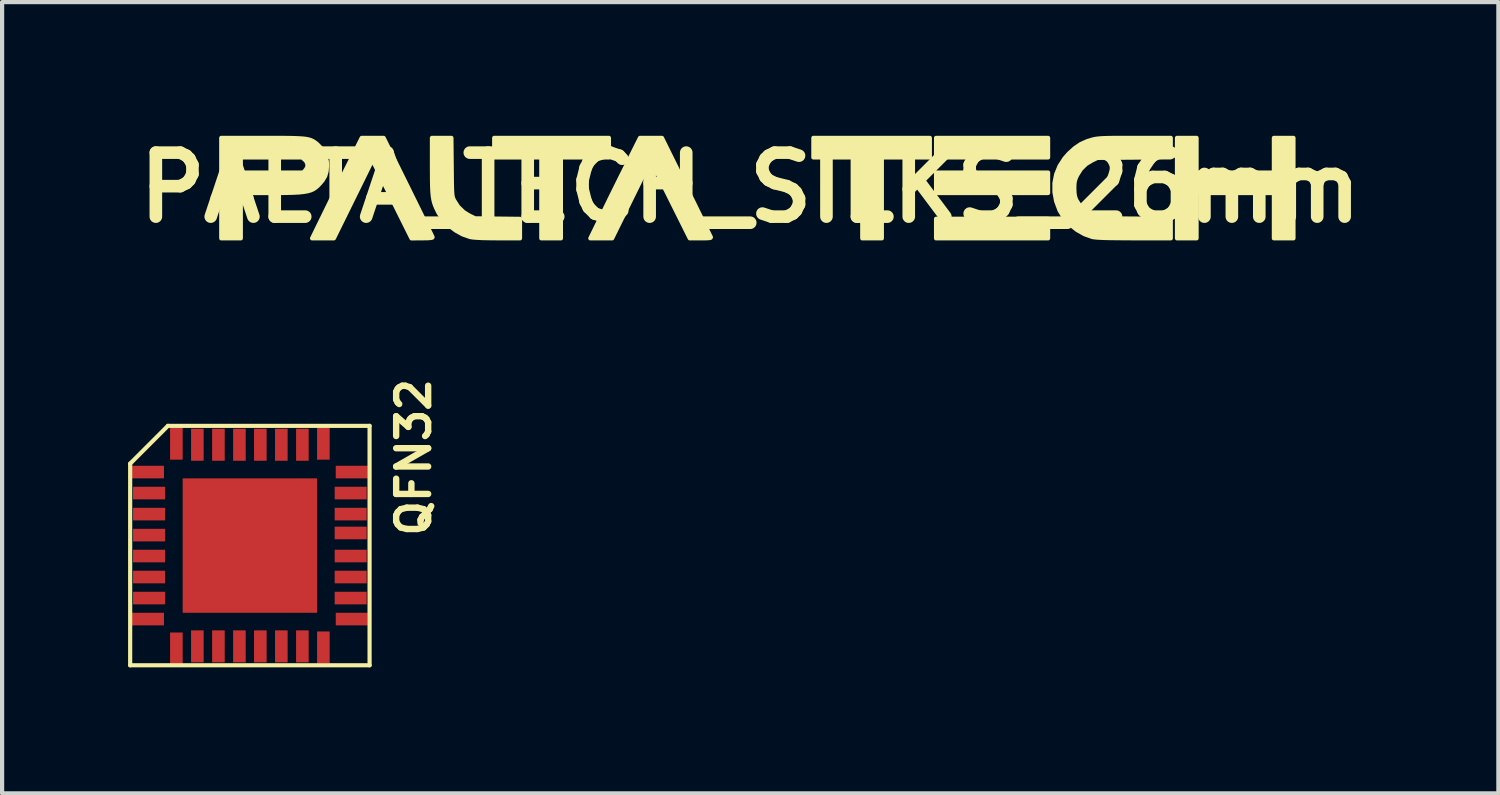
<source format=kicad_pcb>
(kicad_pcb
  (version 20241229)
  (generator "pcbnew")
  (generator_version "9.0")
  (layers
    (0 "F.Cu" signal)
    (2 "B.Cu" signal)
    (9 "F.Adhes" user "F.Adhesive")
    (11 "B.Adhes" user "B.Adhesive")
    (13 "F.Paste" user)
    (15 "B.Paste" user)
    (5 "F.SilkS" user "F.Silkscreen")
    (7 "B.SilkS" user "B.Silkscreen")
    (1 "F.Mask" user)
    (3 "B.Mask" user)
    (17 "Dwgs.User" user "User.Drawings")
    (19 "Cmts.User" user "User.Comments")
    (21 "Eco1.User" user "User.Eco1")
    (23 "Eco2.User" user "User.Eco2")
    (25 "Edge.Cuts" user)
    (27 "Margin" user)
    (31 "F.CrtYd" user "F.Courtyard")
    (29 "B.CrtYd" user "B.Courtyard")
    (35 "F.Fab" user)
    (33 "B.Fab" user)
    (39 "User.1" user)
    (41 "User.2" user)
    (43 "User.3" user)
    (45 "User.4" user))
  (footprint "PALTA_TECH_SILKS_26mm"
    (layer "F.Cu")
    (at 14.812 1.418)
    (property "Reference" "PALTA_TECH_SILKS_26mm" (at 0 0 0) (layer "F.SilkS") (effects (font (size 1.524 1.524) (thickness 0.3))))
    (attr through_hole)
    (fp_poly (pts (xy 7.091 -0.72) (xy 5.757 -0.72) (xy 4.424 -0.72) (xy 4.424 -0.953) (xy 4.424 -1.185) (xy 5.757 -1.185) (xy 7.091 -1.185) (xy 7.091 -0.953) (xy 7.091 -0.72)) (stroke (width 0.1) (type solid)) (fill yes) (layer "F.SilkS"))
    (fp_poly (pts (xy 7.091 0.127) (xy 5.757 0.127) (xy 4.424 0.127) (xy 4.424 -0.116) (xy 4.424 -0.36) (xy 5.757 -0.36) (xy 7.091 -0.36) (xy 7.091 -0.116) (xy 7.091 0.127)) (stroke (width 0.1) (type solid)) (fill yes) (layer "F.SilkS"))
    (fp_poly (pts (xy 7.091 1.206) (xy 5.757 1.206) (xy 4.424 1.206) (xy 4.424 0.974) (xy 4.424 0.741) (xy 5.757 0.741) (xy 7.091 0.741) (xy 7.091 0.974) (xy 7.091 1.206)) (stroke (width 0.1) (type solid)) (fill yes) (layer "F.SilkS"))
    (fp_poly (pts (xy -3.365 -0.72) (xy -3.937 -0.72) (xy -4.508 -0.72) (xy -4.508 0.243) (xy -4.508 1.206) (xy -4.741 1.206) (xy -4.974 1.206) (xy -4.974 0.243) (xy -4.974 -0.72) (xy -5.535 -0.72) (xy -6.096 -0.72) (xy -6.096 -0.953) (xy -6.096 -1.185) (xy -4.731 -1.185) (xy -3.365 -1.185) (xy -3.365 -0.953) (xy -3.365 -0.72)) (stroke (width 0.1) (type solid)) (fill yes) (layer "F.SilkS"))
    (fp_poly (pts (xy 4.276 -0.72) (xy 3.704 -0.72) (xy 3.133 -0.72) (xy 3.133 0.243) (xy 3.133 1.206) (xy 2.9 1.206) (xy 2.667 1.206) (xy 2.667 0.243) (xy 2.667 -0.72) (xy 2.085 -0.72) (xy 1.503 -0.72) (xy 1.503 -0.953) (xy 1.503 -1.185) (xy 2.889 -1.185) (xy 4.276 -1.185) (xy 4.276 -0.953) (xy 4.276 -0.72)) (stroke (width 0.1) (type solid)) (fill yes) (layer "F.SilkS"))
    (fp_poly (pts (xy 12.933 1.206) (xy 12.7 1.206) (xy 12.467 1.206) (xy 12.467 0.667) (xy 12.467 0.127) (xy 11.546 0.127) (xy 10.626 0.127) (xy 10.626 0.667) (xy 10.626 1.206) (xy 10.393 1.206) (xy 10.16 1.206) (xy 10.16 0.011) (xy 10.16 -1.185) (xy 10.393 -1.185) (xy 10.626 -1.185) (xy 10.626 -0.773) (xy 10.626 -0.36) (xy 11.546 -0.36) (xy 12.467 -0.36) (xy 12.467 -0.773) (xy 12.467 -1.185) (xy 12.7 -1.185) (xy 12.933 -1.185) (xy 12.933 0.011) (xy 12.933 1.206)) (stroke (width 0.1) (type solid)) (fill yes) (layer "F.SilkS"))
    (fp_poly (pts (xy -7.563 1.178) (xy -7.571 1.19) (xy -7.609 1.198) (xy -7.681 1.203) (xy -7.79 1.205) (xy -7.809 1.205) (xy -8.065 1.207) (xy -8.53 0.274) (xy -8.995 -0.658) (xy -9.454 0.274) (xy -9.913 1.206) (xy -10.173 1.206) (xy -10.432 1.206) (xy -10.14 0.609) (xy -10.048 0.421) (xy -9.944 0.208) (xy -9.833 -0.016) (xy -9.723 -0.239) (xy -9.619 -0.447) (xy -9.549 -0.587) (xy -9.25 -1.185) (xy -8.989 -1.185) (xy -8.728 -1.185) (xy -8.15 -0.016) (xy -8.048 0.192) (xy -7.951 0.388) (xy -7.861 0.571) (xy -7.78 0.736) (xy -7.709 0.879) (xy -7.65 0.999) (xy -7.605 1.09) (xy -7.576 1.151) (xy -7.563 1.178) (xy -7.563 1.178)) (stroke (width 0.1) (type solid)) (fill yes) (layer "F.SilkS"))
    (fp_poly (pts (xy -0.937 1.18) (xy -0.943 1.192) (xy -0.973 1.2) (xy -1.033 1.204) (xy -1.129 1.206) (xy -1.183 1.206) (xy -1.44 1.206) (xy -1.905 0.274) (xy -2.37 -0.658) (xy -2.829 0.274) (xy -3.288 1.206) (xy -3.547 1.206) (xy -3.807 1.206) (xy -3.515 0.609) (xy -3.423 0.421) (xy -3.319 0.208) (xy -3.208 -0.016) (xy -3.098 -0.239) (xy -2.994 -0.447) (xy -2.924 -0.587) (xy -2.625 -1.185) (xy -2.363 -1.185) (xy -2.102 -1.185) (xy -1.525 -0.016) (xy -1.422 0.192) (xy -1.325 0.389) (xy -1.236 0.571) (xy -1.154 0.736) (xy -1.084 0.88) (xy -1.025 1) (xy -0.98 1.092) (xy -0.95 1.153) (xy -0.937 1.179) (xy -0.937 1.18)) (stroke (width 0.1) (type solid)) (fill yes) (layer "F.SilkS"))
    (fp_poly (pts (xy -5.482 1.206) (xy -6.017 1.205) (xy -6.213 1.203) (xy -6.372 1.2) (xy -6.496 1.194) (xy -6.59 1.187) (xy -6.659 1.177) (xy -6.675 1.173) (xy -6.846 1.113) (xy -7.014 1.02) (xy -7.171 0.901) (xy -7.307 0.763) (xy -7.413 0.614) (xy -7.44 0.563) (xy -7.476 0.488) (xy -7.505 0.419) (xy -7.528 0.352) (xy -7.545 0.281) (xy -7.558 0.2) (xy -7.567 0.104) (xy -7.573 -0.013) (xy -7.576 -0.157) (xy -7.577 -0.333) (xy -7.578 -0.512) (xy -7.578 -1.185) (xy -7.346 -1.185) (xy -7.115 -1.185) (xy -7.108 -0.492) (xy -7.106 -0.302) (xy -7.104 -0.15) (xy -7.102 -0.03) (xy -7.099 0.062) (xy -7.095 0.132) (xy -7.09 0.184) (xy -7.082 0.223) (xy -7.073 0.254) (xy -7.061 0.281) (xy -7.052 0.301) (xy -6.953 0.455) (xy -6.824 0.58) (xy -6.693 0.661) (xy -6.552 0.73) (xy -6.017 0.737) (xy -5.482 0.743) (xy -5.482 0.975) (xy -5.482 1.206)) (stroke (width 0.1) (type solid)) (fill yes) (layer "F.SilkS"))
    (fp_poly (pts (xy -10.076 -0.531) (xy -10.086 -0.394) (xy -10.118 -0.281) (xy -10.179 -0.176) (xy -10.247 -0.095) (xy -10.298 -0.042) (xy -10.349 0.001) (xy -10.403 0.037) (xy -10.466 0.065) (xy -10.541 0.086) (xy -10.541 0.086) (xy -10.541 -0.559) (xy -10.574 -0.632) (xy -10.606 -0.665) (xy -10.671 -0.72) (xy -11.4 -0.72) (xy -12.129 -0.72) (xy -12.129 -0.54) (xy -12.129 -0.36) (xy -11.387 -0.36) (xy -10.645 -0.36) (xy -10.593 -0.412) (xy -10.547 -0.483) (xy -10.541 -0.559) (xy -10.541 0.086) (xy -10.634 0.102) (xy -10.748 0.114) (xy -10.887 0.121) (xy -11.058 0.125) (xy -11.263 0.127) (xy -11.434 0.127) (xy -12.129 0.127) (xy -12.129 0.667) (xy -12.129 1.206) (xy -12.361 1.206) (xy -12.594 1.206) (xy -12.594 0.011) (xy -12.594 -1.185) (xy -11.614 -1.185) (xy -11.368 -1.185) (xy -11.16 -1.185) (xy -10.987 -1.183) (xy -10.844 -1.18) (xy -10.728 -1.175) (xy -10.635 -1.168) (xy -10.56 -1.158) (xy -10.5 -1.145) (xy -10.451 -1.128) (xy -10.409 -1.107) (xy -10.369 -1.082) (xy -10.329 -1.052) (xy -10.312 -1.038) (xy -10.199 -0.923) (xy -10.122 -0.787) (xy -10.082 -0.63) (xy -10.076 -0.531)) (stroke (width 0.1) (type solid)) (fill yes) (layer "F.SilkS"))
    (fp_poly (pts (xy 10.012 1.206) (xy 9.139 1.205) (xy 8.904 1.204) (xy 8.708 1.202) (xy 8.546 1.2) (xy 8.417 1.197) (xy 8.315 1.192) (xy 8.237 1.187) (xy 8.179 1.18) (xy 8.144 1.174) (xy 7.956 1.107) (xy 7.776 1.005) (xy 7.613 0.874) (xy 7.475 0.72) (xy 7.369 0.55) (xy 7.364 0.54) (xy 7.283 0.323) (xy 7.243 0.106) (xy 7.243 -0.108) (xy 7.283 -0.315) (xy 7.363 -0.513) (xy 7.482 -0.697) (xy 7.585 -0.814) (xy 7.728 -0.943) (xy 7.869 -1.038) (xy 8.022 -1.107) (xy 8.14 -1.143) (xy 8.184 -1.154) (xy 8.229 -1.163) (xy 8.279 -1.169) (xy 8.339 -1.175) (xy 8.414 -1.179) (xy 8.509 -1.182) (xy 8.627 -1.184) (xy 8.774 -1.185) (xy 8.954 -1.185) (xy 9.158 -1.185) (xy 10.012 -1.185) (xy 10.012 -0.954) (xy 10.012 -0.722) (xy 9.139 -0.716) (xy 8.266 -0.709) (xy 8.147 -0.653) (xy 7.995 -0.562) (xy 7.875 -0.444) (xy 7.784 -0.3) (xy 7.749 -0.224) (xy 7.729 -0.162) (xy 7.719 -0.096) (xy 7.716 -0.01) (xy 7.716 0.021) (xy 7.72 0.126) (xy 7.731 0.203) (xy 7.752 0.269) (xy 7.766 0.301) (xy 7.863 0.454) (xy 7.991 0.578) (xy 8.123 0.661) (xy 8.265 0.73) (xy 9.138 0.736) (xy 10.012 0.743) (xy 10.012 0.975) (xy 10.012 1.206)) (stroke (width 0.1) (type solid)) (fill yes) (layer "F.SilkS")))
  (footprint "QFN32"
    (layer "F.Cu")
    (at 2.899 9.939)
    (property "Reference" "QFN32" (at 3.9 -2.1 270) (layer "F.SilkS") (effects (font (size 0.762 0.762) (thickness 0.152))))
    (attr smd)
    (fp_line (start -2.85 -1.951) (end -1.951 -2.85) (stroke (width 0.099) (type solid)) (layer "F.SilkS"))
    (fp_line (start -2.85 2.85) (end -2.85 -1.951) (stroke (width 0.099) (type solid)) (layer "F.SilkS"))
    (fp_line (start -1.951 -2.85) (end 2.85 -2.85) (stroke (width 0.099) (type solid)) (layer "F.SilkS"))
    (fp_line (start 2.85 -2.85) (end 2.85 2.85) (stroke (width 0.099) (type solid)) (layer "F.SilkS"))
    (fp_line (start 2.85 2.85) (end -2.85 2.85) (stroke (width 0.099) (type solid)) (layer "F.SilkS"))
    (pad "1" smd rect (at -2.426 -1.75 90) (size 0.3 0.762) (layers "F.Cu" "F.Mask" "F.Paste"))
    (pad "2" smd rect (at -2.4 -1.25 90) (size 0.3 0.762) (layers "F.Cu" "F.Mask" "F.Paste"))
    (pad "3" smd rect (at -2.4 -0.749 90) (size 0.3 0.762) (layers "F.Cu" "F.Mask" "F.Paste"))
    (pad "4" smd rect (at -2.4 -0.249 90) (size 0.3 0.762) (layers "F.Cu" "F.Mask" "F.Paste"))
    (pad "5" smd rect (at -2.4 0.249 90) (size 0.3 0.762) (layers "F.Cu" "F.Mask" "F.Paste"))
    (pad "6" smd rect (at -2.4 0.749 90) (size 0.3 0.762) (layers "F.Cu" "F.Mask" "F.Paste"))
    (pad "7" smd rect (at -2.4 1.25 90) (size 0.3 0.762) (layers "F.Cu" "F.Mask" "F.Paste"))
    (pad "8" smd rect (at -2.426 1.75 90) (size 0.3 0.762) (layers "F.Cu" "F.Mask" "F.Paste"))
    (pad "9" smd rect (at -1.75 2.451) (size 0.3 0.762) (layers "F.Cu" "F.Mask" "F.Paste"))
    (pad "10" smd rect (at -1.25 2.4) (size 0.3 0.762) (layers "F.Cu" "F.Mask" "F.Paste"))
    (pad "11" smd rect (at -0.749 2.4) (size 0.3 0.762) (layers "F.Cu" "F.Mask" "F.Paste"))
    (pad "12" smd rect (at -0.249 2.4) (size 0.3 0.762) (layers "F.Cu" "F.Mask" "F.Paste"))
    (pad "13" smd rect (at 0.249 2.4) (size 0.3 0.762) (layers "F.Cu" "F.Mask" "F.Paste"))
    (pad "14" smd rect (at 0.749 2.4) (size 0.3 0.762) (layers "F.Cu" "F.Mask" "F.Paste"))
    (pad "15" smd rect (at 1.25 2.4) (size 0.3 0.762) (layers "F.Cu" "F.Mask" "F.Paste"))
    (pad "16" smd rect (at 1.75 2.426) (size 0.3 0.762) (layers "F.Cu" "F.Mask" "F.Paste"))
    (pad "17" smd rect (at 2.426 1.75 90) (size 0.3 0.762) (layers "F.Cu" "F.Mask" "F.Paste"))
    (pad "18" smd rect (at 2.4 1.25 90) (size 0.3 0.762) (layers "F.Cu" "F.Mask" "F.Paste"))
    (pad "19" smd rect (at 2.4 0.749 90) (size 0.3 0.762) (layers "F.Cu" "F.Mask" "F.Paste"))
    (pad "20" smd rect (at 2.4 0.249 90) (size 0.3 0.762) (layers "F.Cu" "F.Mask" "F.Paste"))
    (pad "21" smd rect (at 2.4 -0.3 90) (size 0.3 0.762) (layers "F.Cu" "F.Mask" "F.Paste"))
    (pad "22" smd rect (at 2.4 -0.749 90) (size 0.3 0.762) (layers "F.Cu" "F.Mask" "F.Paste"))
    (pad "23" smd rect (at 2.4 -1.25 90) (size 0.3 0.762) (layers "F.Cu" "F.Mask" "F.Paste"))
    (pad "24" smd rect (at 2.426 -1.75 90) (size 0.3 0.762) (layers "F.Cu" "F.Mask" "F.Paste"))
    (pad "25" smd rect (at 1.75 -2.426) (size 0.3 0.762) (layers "F.Cu" "F.Mask" "F.Paste"))
    (pad "26" smd rect (at 1.25 -2.4) (size 0.3 0.762) (layers "F.Cu" "F.Mask" "F.Paste"))
    (pad "27" smd rect (at 0.749 -2.4) (size 0.3 0.762) (layers "F.Cu" "F.Mask" "F.Paste"))
    (pad "28" smd rect (at 0.249 -2.4) (size 0.3 0.762) (layers "F.Cu" "F.Mask" "F.Paste"))
    (pad "29" smd rect (at -0.249 -2.4) (size 0.3 0.762) (layers "F.Cu" "F.Mask" "F.Paste"))
    (pad "30" smd rect (at -0.749 -2.4) (size 0.3 0.762) (layers "F.Cu" "F.Mask" "F.Paste"))
    (pad "31" smd rect (at -1.25 -2.4) (size 0.3 0.762) (layers "F.Cu" "F.Mask" "F.Paste"))
    (pad "32" smd rect (at -1.75 -2.426) (size 0.3 0.762) (layers "F.Cu" "F.Mask" "F.Paste"))
    (pad "33" smd rect (at -1 -1.25) (size 0.6 0.3) (layers "F.Cu" "F.Paste"))
    (pad "33" smd rect (at -1 -0.75) (size 0.6 0.3) (layers "F.Cu" "F.Paste"))
    (pad "33" smd rect (at -1 -0.25) (size 0.6 0.3) (layers "F.Cu" "F.Paste"))
    (pad "33" smd rect (at -1 0.25) (size 0.6 0.3) (layers "F.Cu" "F.Paste"))
    (pad "33" smd rect (at -1 0.75) (size 0.6 0.3) (layers "F.Cu" "F.Paste"))
    (pad "33" smd rect (at -1 1.25) (size 0.6 0.3) (layers "F.Cu" "F.Paste"))
    (pad "33" smd rect (at 0 -1.25) (size 0.6 0.3) (layers "F.Cu" "F.Paste"))
    (pad "33" smd rect (at 0 -0.75) (size 0.6 0.3) (layers "F.Cu" "F.Paste"))
    (pad "33" smd rect (at 0 -0.25) (size 0.6 0.3) (layers "F.Cu" "F.Paste"))
    (pad "33" smd rect (at 0 0) (size 3.2 3.2) (layers "F.Cu" "F.Mask"))
    (pad "33" smd rect (at 0 0.25) (size 0.6 0.3) (layers "F.Cu" "F.Paste"))
    (pad "33" smd rect (at 0 0.75) (size 0.6 0.3) (layers "F.Cu" "F.Paste"))
    (pad "33" smd rect (at 0 1.25) (size 0.6 0.3) (layers "F.Cu" "F.Paste"))
    (pad "33" smd rect (at 1 -1.25) (size 0.6 0.3) (layers "F.Cu" "F.Paste"))
    (pad "33" smd rect (at 1 -0.75) (size 0.6 0.3) (layers "F.Cu" "F.Paste"))
    (pad "33" smd rect (at 1 -0.25) (size 0.6 0.3) (layers "F.Cu" "F.Paste"))
    (pad "33" smd rect (at 1 0.25) (size 0.6 0.3) (layers "F.Cu" "F.Paste"))
    (pad "33" smd rect (at 1 0.75) (size 0.6 0.3) (layers "F.Cu" "F.Paste"))
    (pad "33" smd rect (at 1 1.25) (size 0.6 0.3) (layers "F.Cu" "F.Paste")))
  (gr_rect
    (start -3 -3)
    (end 32.624 15.838)
    (stroke (width 0.1) (type default))
    (fill no)
    (layer "Edge.Cuts")))
</source>
